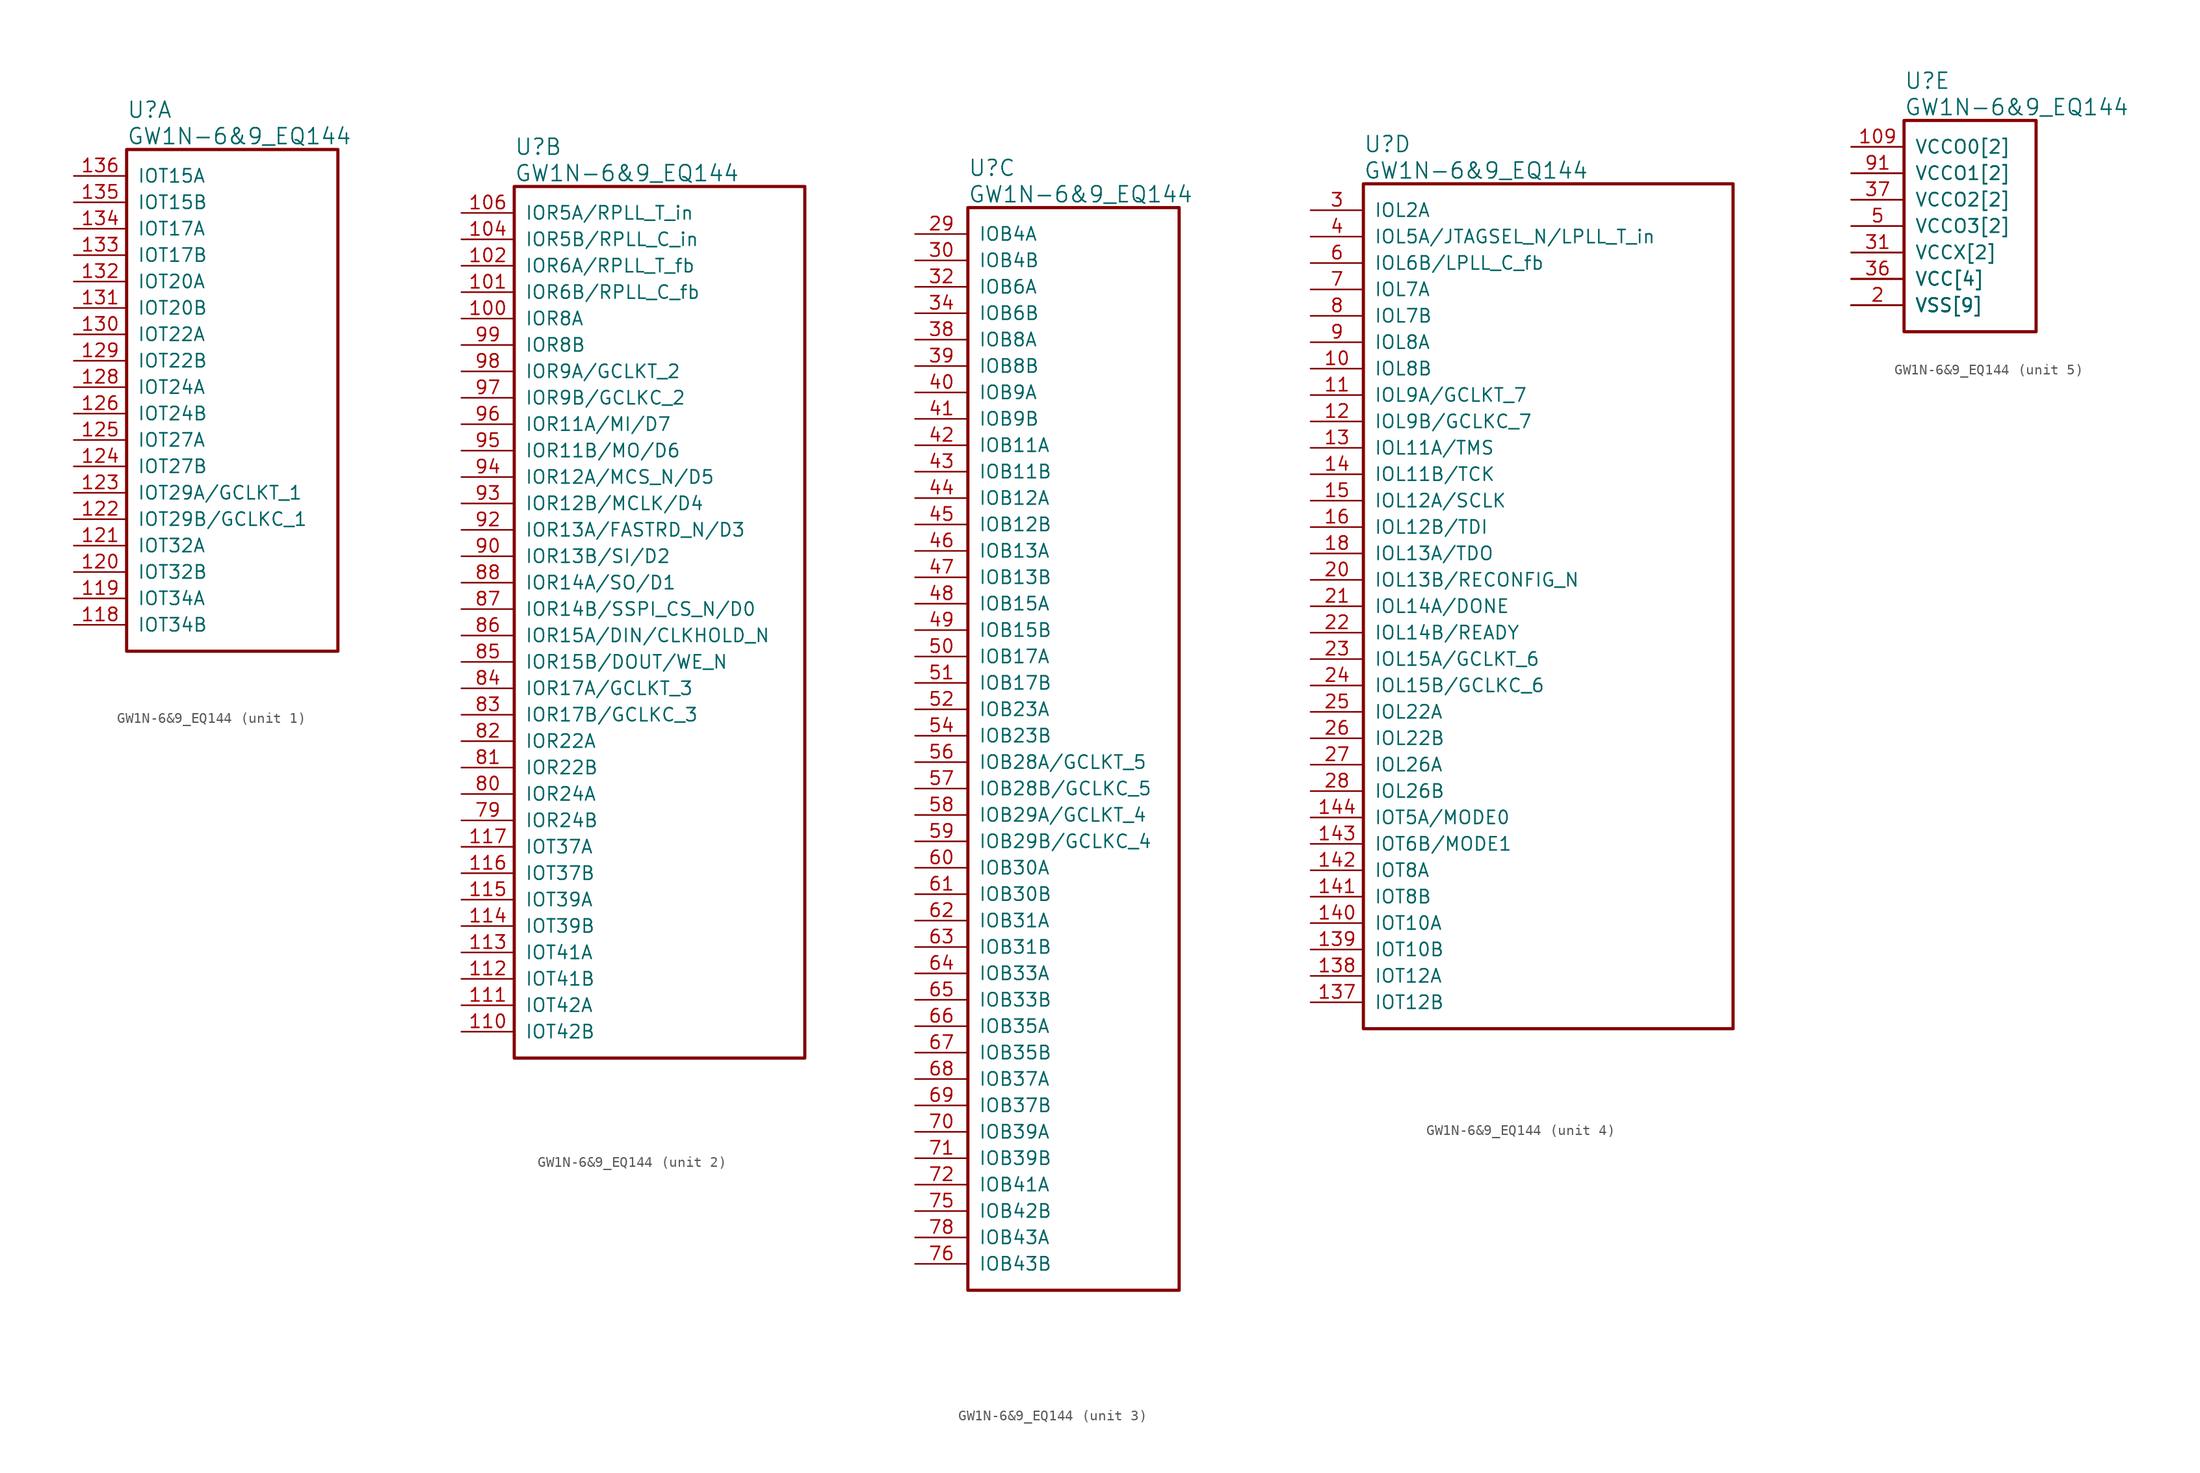
<source format=kicad_sym>
(kicad_symbol_lib
  (version 20241209)
  (generator "kicad_symbol_editor")
  (generator_version "9.0")
  (symbol "GW1N-6&9_EQ144"
    (pin_names
      (offset 1.016))
    (property "Reference" "U"
      (at 5.08 6.35 0)
      (effects (font (size 1.524 1.524)) (justify left)))
    (property "Value" "GW1N-6&9_EQ144"
      (at 5.08 3.81 0)
      (effects (font (size 1.524 1.524)) (justify left)))
    (property "ki_locked" ""
      (at 0 0 0)
      (effects (font (size 1.27 1.27))))
    (symbol "GW1N-6&9_EQ144_1_1"
      (rectangle (start 5.08 2.54) (end 25.4 -45.72) (stroke (width 0.305) (type solid)) (fill (type none)))
      (pin bidirectional line (at 0 0 0) (length 5.08) (name "IOT15A" (effects (font (size 1.27 1.27)))) (number "136" (effects (font (size 1.27 1.27)))))
      (pin bidirectional line (at 0 -2.54 0) (length 5.08) (name "IOT15B" (effects (font (size 1.27 1.27)))) (number "135" (effects (font (size 1.27 1.27)))))
      (pin bidirectional line (at 0 -5.08 0) (length 5.08) (name "IOT17A" (effects (font (size 1.27 1.27)))) (number "134" (effects (font (size 1.27 1.27)))))
      (pin bidirectional line (at 0 -7.62 0) (length 5.08) (name "IOT17B" (effects (font (size 1.27 1.27)))) (number "133" (effects (font (size 1.27 1.27)))))
      (pin bidirectional line (at 0 -10.16 0) (length 5.08) (name "IOT20A" (effects (font (size 1.27 1.27)))) (number "132" (effects (font (size 1.27 1.27)))))
      (pin bidirectional line (at 0 -12.7 0) (length 5.08) (name "IOT20B" (effects (font (size 1.27 1.27)))) (number "131" (effects (font (size 1.27 1.27)))))
      (pin bidirectional line (at 0 -15.24 0) (length 5.08) (name "IOT22A" (effects (font (size 1.27 1.27)))) (number "130" (effects (font (size 1.27 1.27)))))
      (pin bidirectional line (at 0 -17.78 0) (length 5.08) (name "IOT22B" (effects (font (size 1.27 1.27)))) (number "129" (effects (font (size 1.27 1.27)))))
      (pin bidirectional line (at 0 -20.32 0) (length 5.08) (name "IOT24A" (effects (font (size 1.27 1.27)))) (number "128" (effects (font (size 1.27 1.27)))))
      (pin bidirectional line (at 0 -22.86 0) (length 5.08) (name "IOT24B" (effects (font (size 1.27 1.27)))) (number "126" (effects (font (size 1.27 1.27)))))
      (pin bidirectional line (at 0 -25.4 0) (length 5.08) (name "IOT27A" (effects (font (size 1.27 1.27)))) (number "125" (effects (font (size 1.27 1.27)))))
      (pin bidirectional line (at 0 -27.94 0) (length 5.08) (name "IOT27B" (effects (font (size 1.27 1.27)))) (number "124" (effects (font (size 1.27 1.27)))))
      (pin bidirectional line (at 0 -30.48 0) (length 5.08) (name "IOT29A/GCLKT_1" (effects (font (size 1.27 1.27)))) (number "123" (effects (font (size 1.27 1.27)))))
      (pin bidirectional line (at 0 -33.02 0) (length 5.08) (name "IOT29B/GCLKC_1" (effects (font (size 1.27 1.27)))) (number "122" (effects (font (size 1.27 1.27)))))
      (pin bidirectional line (at 0 -35.56 0) (length 5.08) (name "IOT32A" (effects (font (size 1.27 1.27)))) (number "121" (effects (font (size 1.27 1.27)))))
      (pin bidirectional line (at 0 -38.1 0) (length 5.08) (name "IOT32B" (effects (font (size 1.27 1.27)))) (number "120" (effects (font (size 1.27 1.27)))))
      (pin bidirectional line (at 0 -40.64 0) (length 5.08) (name "IOT34A" (effects (font (size 1.27 1.27)))) (number "119" (effects (font (size 1.27 1.27)))))
      (pin bidirectional line (at 0 -43.18 0) (length 5.08) (name "IOT34B" (effects (font (size 1.27 1.27)))) (number "118" (effects (font (size 1.27 1.27))))))
    (symbol "GW1N-6&9_EQ144_2_1"
      (rectangle (start 5.08 2.54) (end 33.02 -81.28) (stroke (width 0.305) (type solid)) (fill (type none)))
      (pin bidirectional line (at 0 0 0) (length 5.08) (name "IOR5A/RPLL_T_in" (effects (font (size 1.27 1.27)))) (number "106" (effects (font (size 1.27 1.27)))))
      (pin bidirectional line (at 0 -2.54 0) (length 5.08) (name "IOR5B/RPLL_C_in" (effects (font (size 1.27 1.27)))) (number "104" (effects (font (size 1.27 1.27)))))
      (pin bidirectional line (at 0 -5.08 0) (length 5.08) (name "IOR6A/RPLL_T_fb" (effects (font (size 1.27 1.27)))) (number "102" (effects (font (size 1.27 1.27)))))
      (pin bidirectional line (at 0 -7.62 0) (length 5.08) (name "IOR6B/RPLL_C_fb" (effects (font (size 1.27 1.27)))) (number "101" (effects (font (size 1.27 1.27)))))
      (pin bidirectional line (at 0 -10.16 0) (length 5.08) (name "IOR8A" (effects (font (size 1.27 1.27)))) (number "100" (effects (font (size 1.27 1.27)))))
      (pin bidirectional line (at 0 -12.7 0) (length 5.08) (name "IOR8B" (effects (font (size 1.27 1.27)))) (number "99" (effects (font (size 1.27 1.27)))))
      (pin bidirectional line (at 0 -15.24 0) (length 5.08) (name "IOR9A/GCLKT_2" (effects (font (size 1.27 1.27)))) (number "98" (effects (font (size 1.27 1.27)))))
      (pin bidirectional line (at 0 -17.78 0) (length 5.08) (name "IOR9B/GCLKC_2" (effects (font (size 1.27 1.27)))) (number "97" (effects (font (size 1.27 1.27)))))
      (pin bidirectional line (at 0 -20.32 0) (length 5.08) (name "IOR11A/MI/D7" (effects (font (size 1.27 1.27)))) (number "96" (effects (font (size 1.27 1.27)))))
      (pin bidirectional line (at 0 -22.86 0) (length 5.08) (name "IOR11B/MO/D6" (effects (font (size 1.27 1.27)))) (number "95" (effects (font (size 1.27 1.27)))))
      (pin bidirectional line (at 0 -25.4 0) (length 5.08) (name "IOR12A/MCS_N/D5" (effects (font (size 1.27 1.27)))) (number "94" (effects (font (size 1.27 1.27)))))
      (pin bidirectional line (at 0 -27.94 0) (length 5.08) (name "IOR12B/MCLK/D4" (effects (font (size 1.27 1.27)))) (number "93" (effects (font (size 1.27 1.27)))))
      (pin bidirectional line (at 0 -30.48 0) (length 5.08) (name "IOR13A/FASTRD_N/D3" (effects (font (size 1.27 1.27)))) (number "92" (effects (font (size 1.27 1.27)))))
      (pin bidirectional line (at 0 -33.02 0) (length 5.08) (name "IOR13B/SI/D2" (effects (font (size 1.27 1.27)))) (number "90" (effects (font (size 1.27 1.27)))))
      (pin bidirectional line (at 0 -35.56 0) (length 5.08) (name "IOR14A/SO/D1" (effects (font (size 1.27 1.27)))) (number "88" (effects (font (size 1.27 1.27)))))
      (pin bidirectional line (at 0 -38.1 0) (length 5.08) (name "IOR14B/SSPI_CS_N/D0" (effects (font (size 1.27 1.27)))) (number "87" (effects (font (size 1.27 1.27)))))
      (pin bidirectional line (at 0 -40.64 0) (length 5.08) (name "IOR15A/DIN/CLKHOLD_N" (effects (font (size 1.27 1.27)))) (number "86" (effects (font (size 1.27 1.27)))))
      (pin bidirectional line (at 0 -43.18 0) (length 5.08) (name "IOR15B/DOUT/WE_N" (effects (font (size 1.27 1.27)))) (number "85" (effects (font (size 1.27 1.27)))))
      (pin bidirectional line (at 0 -45.72 0) (length 5.08) (name "IOR17A/GCLKT_3" (effects (font (size 1.27 1.27)))) (number "84" (effects (font (size 1.27 1.27)))))
      (pin bidirectional line (at 0 -48.26 0) (length 5.08) (name "IOR17B/GCLKC_3" (effects (font (size 1.27 1.27)))) (number "83" (effects (font (size 1.27 1.27)))))
      (pin bidirectional line (at 0 -50.8 0) (length 5.08) (name "IOR22A" (effects (font (size 1.27 1.27)))) (number "82" (effects (font (size 1.27 1.27)))))
      (pin bidirectional line (at 0 -53.34 0) (length 5.08) (name "IOR22B" (effects (font (size 1.27 1.27)))) (number "81" (effects (font (size 1.27 1.27)))))
      (pin bidirectional line (at 0 -55.88 0) (length 5.08) (name "IOR24A" (effects (font (size 1.27 1.27)))) (number "80" (effects (font (size 1.27 1.27)))))
      (pin bidirectional line (at 0 -58.42 0) (length 5.08) (name "IOR24B" (effects (font (size 1.27 1.27)))) (number "79" (effects (font (size 1.27 1.27)))))
      (pin bidirectional line (at 0 -60.96 0) (length 5.08) (name "IOT37A" (effects (font (size 1.27 1.27)))) (number "117" (effects (font (size 1.27 1.27)))))
      (pin bidirectional line (at 0 -63.5 0) (length 5.08) (name "IOT37B" (effects (font (size 1.27 1.27)))) (number "116" (effects (font (size 1.27 1.27)))))
      (pin bidirectional line (at 0 -66.04 0) (length 5.08) (name "IOT39A" (effects (font (size 1.27 1.27)))) (number "115" (effects (font (size 1.27 1.27)))))
      (pin bidirectional line (at 0 -68.58 0) (length 5.08) (name "IOT39B" (effects (font (size 1.27 1.27)))) (number "114" (effects (font (size 1.27 1.27)))))
      (pin bidirectional line (at 0 -71.12 0) (length 5.08) (name "IOT41A" (effects (font (size 1.27 1.27)))) (number "113" (effects (font (size 1.27 1.27)))))
      (pin bidirectional line (at 0 -73.66 0) (length 5.08) (name "IOT41B" (effects (font (size 1.27 1.27)))) (number "112" (effects (font (size 1.27 1.27)))))
      (pin bidirectional line (at 0 -76.2 0) (length 5.08) (name "IOT42A" (effects (font (size 1.27 1.27)))) (number "111" (effects (font (size 1.27 1.27)))))
      (pin bidirectional line (at 0 -78.74 0) (length 5.08) (name "IOT42B" (effects (font (size 1.27 1.27)))) (number "110" (effects (font (size 1.27 1.27))))))
    (symbol "GW1N-6&9_EQ144_3_1"
      (rectangle (start 5.08 2.54) (end 25.4 -101.6) (stroke (width 0.305) (type solid)) (fill (type none)))
      (pin bidirectional line (at 0 0 0) (length 5.08) (name "IOB4A" (effects (font (size 1.27 1.27)))) (number "29" (effects (font (size 1.27 1.27)))))
      (pin bidirectional line (at 0 -2.54 0) (length 5.08) (name "IOB4B" (effects (font (size 1.27 1.27)))) (number "30" (effects (font (size 1.27 1.27)))))
      (pin bidirectional line (at 0 -5.08 0) (length 5.08) (name "IOB6A" (effects (font (size 1.27 1.27)))) (number "32" (effects (font (size 1.27 1.27)))))
      (pin bidirectional line (at 0 -7.62 0) (length 5.08) (name "IOB6B" (effects (font (size 1.27 1.27)))) (number "34" (effects (font (size 1.27 1.27)))))
      (pin bidirectional line (at 0 -10.16 0) (length 5.08) (name "IOB8A" (effects (font (size 1.27 1.27)))) (number "38" (effects (font (size 1.27 1.27)))))
      (pin bidirectional line (at 0 -12.7 0) (length 5.08) (name "IOB8B" (effects (font (size 1.27 1.27)))) (number "39" (effects (font (size 1.27 1.27)))))
      (pin bidirectional line (at 0 -15.24 0) (length 5.08) (name "IOB9A" (effects (font (size 1.27 1.27)))) (number "40" (effects (font (size 1.27 1.27)))))
      (pin bidirectional line (at 0 -17.78 0) (length 5.08) (name "IOB9B" (effects (font (size 1.27 1.27)))) (number "41" (effects (font (size 1.27 1.27)))))
      (pin bidirectional line (at 0 -20.32 0) (length 5.08) (name "IOB11A" (effects (font (size 1.27 1.27)))) (number "42" (effects (font (size 1.27 1.27)))))
      (pin bidirectional line (at 0 -22.86 0) (length 5.08) (name "IOB11B" (effects (font (size 1.27 1.27)))) (number "43" (effects (font (size 1.27 1.27)))))
      (pin bidirectional line (at 0 -25.4 0) (length 5.08) (name "IOB12A" (effects (font (size 1.27 1.27)))) (number "44" (effects (font (size 1.27 1.27)))))
      (pin bidirectional line (at 0 -27.94 0) (length 5.08) (name "IOB12B" (effects (font (size 1.27 1.27)))) (number "45" (effects (font (size 1.27 1.27)))))
      (pin bidirectional line (at 0 -30.48 0) (length 5.08) (name "IOB13A" (effects (font (size 1.27 1.27)))) (number "46" (effects (font (size 1.27 1.27)))))
      (pin bidirectional line (at 0 -33.02 0) (length 5.08) (name "IOB13B" (effects (font (size 1.27 1.27)))) (number "47" (effects (font (size 1.27 1.27)))))
      (pin bidirectional line (at 0 -35.56 0) (length 5.08) (name "IOB15A" (effects (font (size 1.27 1.27)))) (number "48" (effects (font (size 1.27 1.27)))))
      (pin bidirectional line (at 0 -38.1 0) (length 5.08) (name "IOB15B" (effects (font (size 1.27 1.27)))) (number "49" (effects (font (size 1.27 1.27)))))
      (pin bidirectional line (at 0 -40.64 0) (length 5.08) (name "IOB17A" (effects (font (size 1.27 1.27)))) (number "50" (effects (font (size 1.27 1.27)))))
      (pin bidirectional line (at 0 -43.18 0) (length 5.08) (name "IOB17B" (effects (font (size 1.27 1.27)))) (number "51" (effects (font (size 1.27 1.27)))))
      (pin bidirectional line (at 0 -45.72 0) (length 5.08) (name "IOB23A" (effects (font (size 1.27 1.27)))) (number "52" (effects (font (size 1.27 1.27)))))
      (pin bidirectional line (at 0 -48.26 0) (length 5.08) (name "IOB23B" (effects (font (size 1.27 1.27)))) (number "54" (effects (font (size 1.27 1.27)))))
      (pin bidirectional line (at 0 -50.8 0) (length 5.08) (name "IOB28A/GCLKT_5" (effects (font (size 1.27 1.27)))) (number "56" (effects (font (size 1.27 1.27)))))
      (pin bidirectional line (at 0 -53.34 0) (length 5.08) (name "IOB28B/GCLKC_5" (effects (font (size 1.27 1.27)))) (number "57" (effects (font (size 1.27 1.27)))))
      (pin bidirectional line (at 0 -55.88 0) (length 5.08) (name "IOB29A/GCLKT_4" (effects (font (size 1.27 1.27)))) (number "58" (effects (font (size 1.27 1.27)))))
      (pin bidirectional line (at 0 -58.42 0) (length 5.08) (name "IOB29B/GCLKC_4" (effects (font (size 1.27 1.27)))) (number "59" (effects (font (size 1.27 1.27)))))
      (pin bidirectional line (at 0 -60.96 0) (length 5.08) (name "IOB30A" (effects (font (size 1.27 1.27)))) (number "60" (effects (font (size 1.27 1.27)))))
      (pin bidirectional line (at 0 -63.5 0) (length 5.08) (name "IOB30B" (effects (font (size 1.27 1.27)))) (number "61" (effects (font (size 1.27 1.27)))))
      (pin bidirectional line (at 0 -66.04 0) (length 5.08) (name "IOB31A" (effects (font (size 1.27 1.27)))) (number "62" (effects (font (size 1.27 1.27)))))
      (pin bidirectional line (at 0 -68.58 0) (length 5.08) (name "IOB31B" (effects (font (size 1.27 1.27)))) (number "63" (effects (font (size 1.27 1.27)))))
      (pin bidirectional line (at 0 -71.12 0) (length 5.08) (name "IOB33A" (effects (font (size 1.27 1.27)))) (number "64" (effects (font (size 1.27 1.27)))))
      (pin bidirectional line (at 0 -73.66 0) (length 5.08) (name "IOB33B" (effects (font (size 1.27 1.27)))) (number "65" (effects (font (size 1.27 1.27)))))
      (pin bidirectional line (at 0 -76.2 0) (length 5.08) (name "IOB35A" (effects (font (size 1.27 1.27)))) (number "66" (effects (font (size 1.27 1.27)))))
      (pin bidirectional line (at 0 -78.74 0) (length 5.08) (name "IOB35B" (effects (font (size 1.27 1.27)))) (number "67" (effects (font (size 1.27 1.27)))))
      (pin bidirectional line (at 0 -81.28 0) (length 5.08) (name "IOB37A" (effects (font (size 1.27 1.27)))) (number "68" (effects (font (size 1.27 1.27)))))
      (pin bidirectional line (at 0 -83.82 0) (length 5.08) (name "IOB37B" (effects (font (size 1.27 1.27)))) (number "69" (effects (font (size 1.27 1.27)))))
      (pin bidirectional line (at 0 -86.36 0) (length 5.08) (name "IOB39A" (effects (font (size 1.27 1.27)))) (number "70" (effects (font (size 1.27 1.27)))))
      (pin bidirectional line (at 0 -88.9 0) (length 5.08) (name "IOB39B" (effects (font (size 1.27 1.27)))) (number "71" (effects (font (size 1.27 1.27)))))
      (pin bidirectional line (at 0 -91.44 0) (length 5.08) (name "IOB41A" (effects (font (size 1.27 1.27)))) (number "72" (effects (font (size 1.27 1.27)))))
      (pin bidirectional line (at 0 -93.98 0) (length 5.08) (name "IOB42B" (effects (font (size 1.27 1.27)))) (number "75" (effects (font (size 1.27 1.27)))))
      (pin bidirectional line (at 0 -96.52 0) (length 5.08) (name "IOB43A" (effects (font (size 1.27 1.27)))) (number "78" (effects (font (size 1.27 1.27)))))
      (pin bidirectional line (at 0 -99.06 0) (length 5.08) (name "IOB43B" (effects (font (size 1.27 1.27)))) (number "76" (effects (font (size 1.27 1.27))))))
    (symbol "GW1N-6&9_EQ144_4_1"
      (rectangle (start 5.08 2.54) (end 40.64 -78.74) (stroke (width 0.305) (type solid)) (fill (type none)))
      (pin bidirectional line (at 0 0 0) (length 5.08) (name "IOL2A" (effects (font (size 1.27 1.27)))) (number "3" (effects (font (size 1.27 1.27)))))
      (pin bidirectional line (at 0 -2.54 0) (length 5.08) (name "IOL5A/JTAGSEL_N/LPLL_T_in" (effects (font (size 1.27 1.27)))) (number "4" (effects (font (size 1.27 1.27)))))
      (pin bidirectional line (at 0 -5.08 0) (length 5.08) (name "IOL6B/LPLL_C_fb" (effects (font (size 1.27 1.27)))) (number "6" (effects (font (size 1.27 1.27)))))
      (pin bidirectional line (at 0 -7.62 0) (length 5.08) (name "IOL7A" (effects (font (size 1.27 1.27)))) (number "7" (effects (font (size 1.27 1.27)))))
      (pin bidirectional line (at 0 -10.16 0) (length 5.08) (name "IOL7B" (effects (font (size 1.27 1.27)))) (number "8" (effects (font (size 1.27 1.27)))))
      (pin bidirectional line (at 0 -12.7 0) (length 5.08) (name "IOL8A" (effects (font (size 1.27 1.27)))) (number "9" (effects (font (size 1.27 1.27)))))
      (pin bidirectional line (at 0 -15.24 0) (length 5.08) (name "IOL8B" (effects (font (size 1.27 1.27)))) (number "10" (effects (font (size 1.27 1.27)))))
      (pin bidirectional line (at 0 -17.78 0) (length 5.08) (name "IOL9A/GCLKT_7" (effects (font (size 1.27 1.27)))) (number "11" (effects (font (size 1.27 1.27)))))
      (pin bidirectional line (at 0 -20.32 0) (length 5.08) (name "IOL9B/GCLKC_7" (effects (font (size 1.27 1.27)))) (number "12" (effects (font (size 1.27 1.27)))))
      (pin bidirectional line (at 0 -22.86 0) (length 5.08) (name "IOL11A/TMS" (effects (font (size 1.27 1.27)))) (number "13" (effects (font (size 1.27 1.27)))))
      (pin bidirectional line (at 0 -25.4 0) (length 5.08) (name "IOL11B/TCK" (effects (font (size 1.27 1.27)))) (number "14" (effects (font (size 1.27 1.27)))))
      (pin bidirectional line (at 0 -27.94 0) (length 5.08) (name "IOL12A/SCLK" (effects (font (size 1.27 1.27)))) (number "15" (effects (font (size 1.27 1.27)))))
      (pin bidirectional line (at 0 -30.48 0) (length 5.08) (name "IOL12B/TDI" (effects (font (size 1.27 1.27)))) (number "16" (effects (font (size 1.27 1.27)))))
      (pin bidirectional line (at 0 -33.02 0) (length 5.08) (name "IOL13A/TDO" (effects (font (size 1.27 1.27)))) (number "18" (effects (font (size 1.27 1.27)))))
      (pin bidirectional line (at 0 -35.56 0) (length 5.08) (name "IOL13B/RECONFIG_N" (effects (font (size 1.27 1.27)))) (number "20" (effects (font (size 1.27 1.27)))))
      (pin bidirectional line (at 0 -38.1 0) (length 5.08) (name "IOL14A/DONE" (effects (font (size 1.27 1.27)))) (number "21" (effects (font (size 1.27 1.27)))))
      (pin bidirectional line (at 0 -40.64 0) (length 5.08) (name "IOL14B/READY" (effects (font (size 1.27 1.27)))) (number "22" (effects (font (size 1.27 1.27)))))
      (pin bidirectional line (at 0 -43.18 0) (length 5.08) (name "IOL15A/GCLKT_6" (effects (font (size 1.27 1.27)))) (number "23" (effects (font (size 1.27 1.27)))))
      (pin bidirectional line (at 0 -45.72 0) (length 5.08) (name "IOL15B/GCLKC_6" (effects (font (size 1.27 1.27)))) (number "24" (effects (font (size 1.27 1.27)))))
      (pin bidirectional line (at 0 -48.26 0) (length 5.08) (name "IOL22A" (effects (font (size 1.27 1.27)))) (number "25" (effects (font (size 1.27 1.27)))))
      (pin bidirectional line (at 0 -50.8 0) (length 5.08) (name "IOL22B" (effects (font (size 1.27 1.27)))) (number "26" (effects (font (size 1.27 1.27)))))
      (pin bidirectional line (at 0 -53.34 0) (length 5.08) (name "IOL26A" (effects (font (size 1.27 1.27)))) (number "27" (effects (font (size 1.27 1.27)))))
      (pin bidirectional line (at 0 -55.88 0) (length 5.08) (name "IOL26B" (effects (font (size 1.27 1.27)))) (number "28" (effects (font (size 1.27 1.27)))))
      (pin bidirectional line (at 0 -58.42 0) (length 5.08) (name "IOT5A/MODE0" (effects (font (size 1.27 1.27)))) (number "144" (effects (font (size 1.27 1.27)))))
      (pin bidirectional line (at 0 -60.96 0) (length 5.08) (name "IOT6B/MODE1" (effects (font (size 1.27 1.27)))) (number "143" (effects (font (size 1.27 1.27)))))
      (pin bidirectional line (at 0 -63.5 0) (length 5.08) (name "IOT8A" (effects (font (size 1.27 1.27)))) (number "142" (effects (font (size 1.27 1.27)))))
      (pin bidirectional line (at 0 -66.04 0) (length 5.08) (name "IOT8B" (effects (font (size 1.27 1.27)))) (number "141" (effects (font (size 1.27 1.27)))))
      (pin bidirectional line (at 0 -68.58 0) (length 5.08) (name "IOT10A" (effects (font (size 1.27 1.27)))) (number "140" (effects (font (size 1.27 1.27)))))
      (pin bidirectional line (at 0 -71.12 0) (length 5.08) (name "IOT10B" (effects (font (size 1.27 1.27)))) (number "139" (effects (font (size 1.27 1.27)))))
      (pin bidirectional line (at 0 -73.66 0) (length 5.08) (name "IOT12A" (effects (font (size 1.27 1.27)))) (number "138" (effects (font (size 1.27 1.27)))))
      (pin bidirectional line (at 0 -76.2 0) (length 5.08) (name "IOT12B" (effects (font (size 1.27 1.27)))) (number "137" (effects (font (size 1.27 1.27))))))
    (symbol "GW1N-6&9_EQ144_5_1"
      (rectangle (start 5.08 2.54) (end 17.78 -17.78) (stroke (width 0.305) (type solid)) (fill (type none)))
      (pin power_in line (at 0 0 0) (length 5.08) (name "VCCO0[2]" (effects (font (size 1.27 1.27)))) (number "109" (effects (font (size 1.27 1.27)))))
      (pin power_in line (at 0 0 0) (length 5.08) (name "VCCO0[2]" (effects (font (size 1.27 1.27)))) (number "127" (effects (font (size 0 0)))))
      (pin power_in line (at 0 -2.54 0) (length 5.08) (name "VCCO1[2]" (effects (font (size 1.27 1.27)))) (number "103" (effects (font (size 0 0)))))
      (pin power_in line (at 0 -2.54 0) (length 5.08) (name "VCCO1[2]" (effects (font (size 1.27 1.27)))) (number "91" (effects (font (size 1.27 1.27)))))
      (pin power_in line (at 0 -5.08 0) (length 5.08) (name "VCCO2[2]" (effects (font (size 1.27 1.27)))) (number "37" (effects (font (size 1.27 1.27)))))
      (pin power_in line (at 0 -5.08 0) (length 5.08) (name "VCCO2[2]" (effects (font (size 1.27 1.27)))) (number "55" (effects (font (size 0 0)))))
      (pin power_in line (at 0 -7.62 0) (length 5.08) (name "VCCO3[2]" (effects (font (size 1.27 1.27)))) (number "19" (effects (font (size 0 0)))))
      (pin power_in line (at 0 -7.62 0) (length 5.08) (name "VCCO3[2]" (effects (font (size 1.27 1.27)))) (number "5" (effects (font (size 1.27 1.27)))))
      (pin power_in line (at 0 -10.16 0) (length 5.08) (name "VCCX[2]" (effects (font (size 1.27 1.27)))) (number "31" (effects (font (size 1.27 1.27)))))
      (pin power_in line (at 0 -10.16 0) (length 5.08) (name "VCCX[2]" (effects (font (size 1.27 1.27)))) (number "77" (effects (font (size 0 0)))))
      (pin power_in line (at 0 -12.7 0) (length 5.08) (name "VCC[4]" (effects (font (size 1.27 1.27)))) (number "1" (effects (font (size 0 0)))))
      (pin power_in line (at 0 -12.7 0) (length 5.08) (name "VCC[4]" (effects (font (size 1.27 1.27)))) (number "108" (effects (font (size 0 0)))))
      (pin power_in line (at 0 -12.7 0) (length 5.08) (name "VCC[4]" (effects (font (size 1.27 1.27)))) (number "36" (effects (font (size 1.27 1.27)))))
      (pin power_in line (at 0 -12.7 0) (length 5.08) (name "VCC[4]" (effects (font (size 1.27 1.27)))) (number "73" (effects (font (size 0 0)))))
      (pin power_in line (at 0 -15.24 0) (length 5.08) (name "VSS[9]" (effects (font (size 1.27 1.27)))) (number "105" (effects (font (size 0 0)))))
      (pin power_in line (at 0 -15.24 0) (length 5.08) (name "VSS[9]" (effects (font (size 1.27 1.27)))) (number "107" (effects (font (size 0 0)))))
      (pin power_in line (at 0 -15.24 0) (length 5.08) (name "VSS[9]" (effects (font (size 1.27 1.27)))) (number "17" (effects (font (size 0 0)))))
      (pin power_in line (at 0 -15.24 0) (length 5.08) (name "VSS[9]" (effects (font (size 1.27 1.27)))) (number "2" (effects (font (size 1.27 1.27)))))
      (pin power_in line (at 0 -15.24 0) (length 5.08) (name "VSS[9]" (effects (font (size 1.27 1.27)))) (number "33" (effects (font (size 0 0)))))
      (pin power_in line (at 0 -15.24 0) (length 5.08) (name "VSS[9]" (effects (font (size 1.27 1.27)))) (number "35" (effects (font (size 0 0)))))
      (pin power_in line (at 0 -15.24 0) (length 5.08) (name "VSS[9]" (effects (font (size 1.27 1.27)))) (number "53" (effects (font (size 0 0)))))
      (pin power_in line (at 0 -15.24 0) (length 5.08) (name "VSS[9]" (effects (font (size 1.27 1.27)))) (number "74" (effects (font (size 0 0)))))
      (pin power_in line (at 0 -15.24 0) (length 5.08) (name "VSS[9]" (effects (font (size 1.27 1.27)))) (number "89" (effects (font (size 0 0))))))))
</source>
